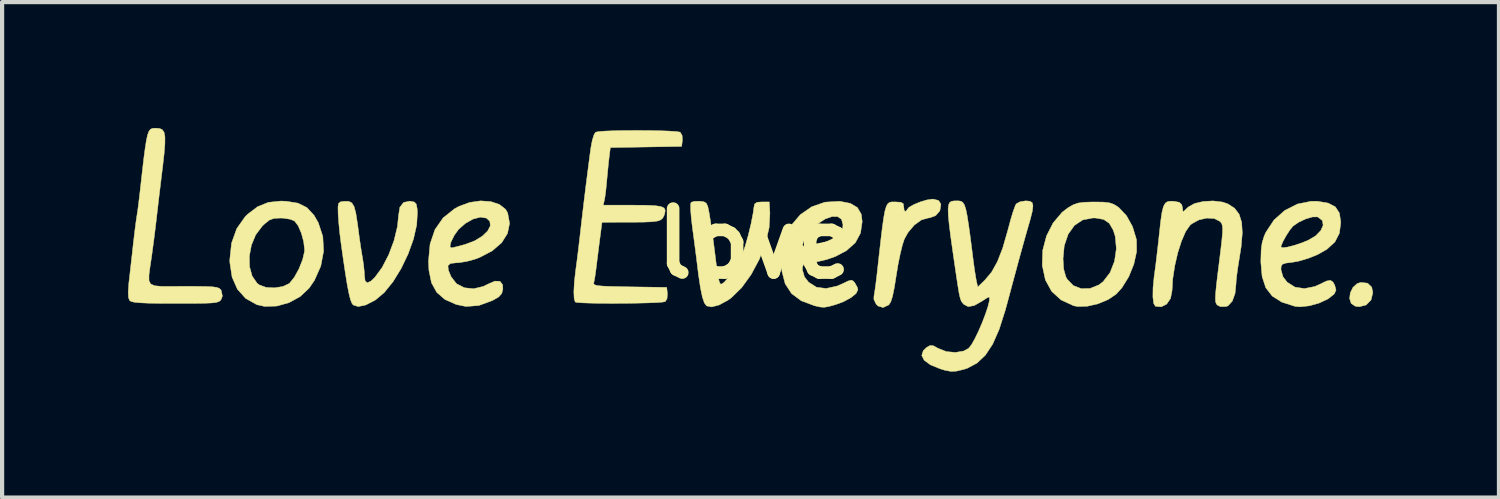
<source format=kicad_pcb>
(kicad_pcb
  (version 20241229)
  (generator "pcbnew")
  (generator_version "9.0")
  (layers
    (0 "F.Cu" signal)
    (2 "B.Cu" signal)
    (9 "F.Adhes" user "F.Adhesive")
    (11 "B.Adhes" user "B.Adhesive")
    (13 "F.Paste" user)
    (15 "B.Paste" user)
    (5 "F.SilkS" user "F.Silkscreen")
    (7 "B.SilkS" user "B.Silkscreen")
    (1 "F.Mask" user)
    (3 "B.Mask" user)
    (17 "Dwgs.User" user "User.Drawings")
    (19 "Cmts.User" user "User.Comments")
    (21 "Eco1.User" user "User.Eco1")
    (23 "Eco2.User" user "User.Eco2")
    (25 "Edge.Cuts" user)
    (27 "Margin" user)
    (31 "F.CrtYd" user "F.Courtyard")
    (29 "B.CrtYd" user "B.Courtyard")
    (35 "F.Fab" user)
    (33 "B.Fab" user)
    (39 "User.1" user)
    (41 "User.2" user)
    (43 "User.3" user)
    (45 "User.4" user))
  (footprint "love"
    (layer "F.Cu")
    (at 14.947 2.754)
    (property "Reference" "love" (at 0 0 0) (layer "F.SilkS") (effects (font (size 1.524 1.524) (thickness 0.3))))
    (attr through_hole)
    (fp_poly (pts (xy 14.586 0.943) (xy 14.684 1.037) (xy 14.711 1.167) (xy 14.668 1.343) (xy 14.553 1.461) (xy 14.389 1.504) (xy 14.291 1.491) (xy 14.195 1.425) (xy 14.158 1.309) (xy 14.174 1.173) (xy 14.237 1.044) (xy 14.338 0.952) (xy 14.423 0.925) (xy 14.586 0.943)) (stroke (width 0.01) (type solid)) (fill yes) (layer "F.SilkS"))
    (fp_poly (pts (xy 4.243 -1.059) (xy 4.364 -1.028) (xy 4.415 -0.951) (xy 4.42 -0.925) (xy 4.395 -0.781) (xy 4.295 -0.667) (xy 4.148 -0.612) (xy 4.119 -0.611) (xy 3.956 -0.565) (xy 3.787 -0.443) (xy 3.636 -0.264) (xy 3.55 -0.11) (xy 3.504 0.029) (xy 3.452 0.24) (xy 3.4 0.494) (xy 3.357 0.756) (xy 3.31 1.051) (xy 3.267 1.258) (xy 3.225 1.389) (xy 3.181 1.457) (xy 3.174 1.462) (xy 3.043 1.523) (xy 2.926 1.488) (xy 2.88 1.447) (xy 2.824 1.331) (xy 2.825 1.256) (xy 2.842 1.155) (xy 2.866 0.985) (xy 2.892 0.777) (xy 2.899 0.713) (xy 2.95 0.252) (xy 2.992 -0.117) (xy 3.027 -0.405) (xy 3.058 -0.622) (xy 3.087 -0.778) (xy 3.118 -0.883) (xy 3.152 -0.947) (xy 3.192 -0.98) (xy 3.241 -0.992) (xy 3.301 -0.993) (xy 3.338 -0.993) (xy 3.468 -0.985) (xy 3.524 -0.951) (xy 3.534 -0.878) (xy 3.546 -0.789) (xy 3.572 -0.764) (xy 3.614 -0.802) (xy 3.614 -0.809) (xy 3.659 -0.864) (xy 3.772 -0.929) (xy 3.922 -0.991) (xy 4.08 -1.039) (xy 4.213 -1.06) (xy 4.243 -1.059)) (stroke (width 0.01) (type solid)) (fill yes) (layer "F.SilkS"))
    (fp_poly (pts (xy -8.218 -1.01) (xy -8.127 -0.991) (xy -8.08 -0.943) (xy -8.059 -0.837) (xy -8.052 -0.75) (xy -8.069 -0.447) (xy -8.146 -0.107) (xy -8.274 0.248) (xy -8.44 0.594) (xy -8.633 0.908) (xy -8.843 1.167) (xy -9.055 1.345) (xy -9.283 1.462) (xy -9.463 1.5) (xy -9.582 1.462) (xy -9.615 1.417) (xy -9.649 1.329) (xy -9.684 1.187) (xy -9.724 0.981) (xy -9.769 0.702) (xy -9.823 0.34) (xy -9.874 -0.025) (xy -9.904 -0.265) (xy -9.927 -0.509) (xy -9.941 -0.706) (xy -9.941 -0.713) (xy -9.944 -0.873) (xy -9.931 -0.958) (xy -9.886 -0.994) (xy -9.797 -1.008) (xy -9.789 -1.008) (xy -9.688 -1.007) (xy -9.614 -0.969) (xy -9.56 -0.881) (xy -9.519 -0.726) (xy -9.482 -0.49) (xy -9.468 -0.388) (xy -9.436 -0.146) (xy -9.401 0.093) (xy -9.37 0.285) (xy -9.364 0.314) (xy -9.335 0.503) (xy -9.317 0.681) (xy -9.315 0.742) (xy -9.299 0.885) (xy -9.248 0.935) (xy -9.158 0.892) (xy -9.067 0.806) (xy -8.893 0.569) (xy -8.735 0.264) (xy -8.609 -0.073) (xy -8.527 -0.41) (xy -8.502 -0.665) (xy -8.471 -0.864) (xy -8.383 -0.98) (xy -8.238 -1.011) (xy -8.218 -1.01)) (stroke (width 0.01) (type solid)) (fill yes) (layer "F.SilkS"))
    (fp_poly (pts (xy -1.318 -1.009) (xy -1.225 -0.996) (xy -1.169 -0.962) (xy -1.133 -0.884) (xy -1.103 -0.738) (xy -1.09 -0.662) (xy -1.058 -0.458) (xy -1.02 -0.199) (xy -0.984 0.074) (xy -0.971 0.178) (xy -0.933 0.482) (xy -0.903 0.698) (xy -0.878 0.84) (xy -0.855 0.923) (xy -0.832 0.961) (xy -0.814 0.967) (xy -0.748 0.926) (xy -0.651 0.819) (xy -0.54 0.668) (xy -0.432 0.499) (xy -0.344 0.333) (xy -0.321 0.28) (xy -0.245 0.065) (xy -0.168 -0.203) (xy -0.101 -0.482) (xy -0.053 -0.73) (xy -0.039 -0.84) (xy -0.019 -0.943) (xy 0.04 -0.985) (xy 0.153 -0.993) (xy 0.331 -0.993) (xy 0.346 -0.724) (xy 0.327 -0.377) (xy 0.238 -0.002) (xy 0.092 0.377) (xy -0.099 0.734) (xy -0.325 1.047) (xy -0.572 1.289) (xy -0.655 1.349) (xy -0.865 1.462) (xy -1.04 1.508) (xy -1.162 1.484) (xy -1.215 1.414) (xy -1.263 1.273) (xy -1.309 1.05) (xy -1.356 0.738) (xy -1.372 0.605) (xy -1.402 0.363) (xy -1.44 0.067) (xy -1.48 -0.236) (xy -1.5 -0.38) (xy -1.527 -0.61) (xy -1.542 -0.802) (xy -1.543 -0.934) (xy -1.532 -0.982) (xy -1.456 -1.007) (xy -1.329 -1.01) (xy -1.318 -1.009)) (stroke (width 0.01) (type solid)) (fill yes) (layer "F.SilkS"))
    (fp_poly (pts (xy -11.178 -1.009) (xy -10.898 -0.964) (xy -10.685 -0.858) (xy -10.516 -0.676) (xy -10.414 -0.499) (xy -10.306 -0.172) (xy -10.287 0.179) (xy -10.354 0.535) (xy -10.505 0.875) (xy -10.633 1.062) (xy -10.846 1.262) (xy -11.112 1.407) (xy -11.403 1.488) (xy -11.691 1.497) (xy -11.878 1.455) (xy -12.143 1.307) (xy -12.341 1.086) (xy -12.468 0.798) (xy -12.521 0.449) (xy -12.522 0.384) (xy -12.513 0.296) (xy -12.056 0.296) (xy -12.051 0.549) (xy -11.99 0.772) (xy -11.873 0.942) (xy -11.816 0.986) (xy -11.656 1.043) (xy -11.456 1.054) (xy -11.258 1.022) (xy -11.107 0.951) (xy -11.097 0.942) (xy -10.983 0.8) (xy -10.874 0.601) (xy -10.788 0.384) (xy -10.743 0.193) (xy -10.74 0.149) (xy -10.762 -0.046) (xy -10.817 -0.249) (xy -10.894 -0.426) (xy -10.979 -0.538) (xy -10.982 -0.54) (xy -11.085 -0.581) (xy -11.242 -0.606) (xy -11.313 -0.609) (xy -11.467 -0.601) (xy -11.581 -0.56) (xy -11.697 -0.467) (xy -11.75 -0.415) (xy -11.905 -0.209) (xy -12.007 0.036) (xy -12.056 0.296) (xy -12.513 0.296) (xy -12.48 -0.013) (xy -12.356 -0.358) (xy -12.154 -0.644) (xy -12.096 -0.701) (xy -11.856 -0.882) (xy -11.602 -0.983) (xy -11.306 -1.014) (xy -11.178 -1.009)) (stroke (width 0.01) (type solid)) (fill yes) (layer "F.SilkS"))
    (fp_poly (pts (xy 8.286 -0.989) (xy 8.43 -0.973) (xy 8.535 -0.938) (xy 8.634 -0.877) (xy 8.663 -0.855) (xy 8.842 -0.665) (xy 8.985 -0.407) (xy 9.075 -0.112) (xy 9.081 -0.076) (xy 9.083 0.192) (xy 9.017 0.491) (xy 8.896 0.789) (xy 8.732 1.054) (xy 8.596 1.204) (xy 8.403 1.334) (xy 8.162 1.434) (xy 7.909 1.492) (xy 7.68 1.499) (xy 7.584 1.481) (xy 7.282 1.342) (xy 7.058 1.137) (xy 6.909 0.864) (xy 6.836 0.524) (xy 6.835 0.512) (xy 6.84 0.36) (xy 7.33 0.36) (xy 7.345 0.605) (xy 7.395 0.785) (xy 7.43 0.851) (xy 7.575 1) (xy 7.764 1.073) (xy 7.975 1.068) (xy 8.185 0.983) (xy 8.286 0.905) (xy 8.451 0.69) (xy 8.557 0.419) (xy 8.6 0.121) (xy 8.574 -0.172) (xy 8.526 -0.323) (xy 8.431 -0.485) (xy 8.298 -0.576) (xy 8.103 -0.61) (xy 8.041 -0.611) (xy 7.799 -0.565) (xy 7.601 -0.433) (xy 7.452 -0.224) (xy 7.359 0.051) (xy 7.33 0.36) (xy 6.84 0.36) (xy 6.846 0.16) (xy 6.936 -0.183) (xy 7.094 -0.493) (xy 7.309 -0.747) (xy 7.445 -0.851) (xy 7.569 -0.924) (xy 7.688 -0.966) (xy 7.835 -0.986) (xy 8.046 -0.992) (xy 8.072 -0.992) (xy 8.286 -0.989)) (stroke (width 0.01) (type solid)) (fill yes) (layer "F.SilkS"))
    (fp_poly (pts (xy -6.303 -1.001) (xy -6.098 -0.933) (xy -5.951 -0.817) (xy -5.902 -0.732) (xy -5.856 -0.482) (xy -5.906 -0.242) (xy -6.045 -0.021) (xy -6.269 0.172) (xy -6.571 0.33) (xy -6.69 0.374) (xy -6.88 0.425) (xy -7.07 0.455) (xy -7.135 0.458) (xy -7.267 0.473) (xy -7.325 0.526) (xy -7.314 0.633) (xy -7.25 0.789) (xy -7.12 0.956) (xy -6.933 1.052) (xy -6.712 1.075) (xy -6.479 1.019) (xy -6.38 0.969) (xy -6.207 0.894) (xy -6.085 0.898) (xy -6.022 0.979) (xy -6.016 1.083) (xy -6.043 1.189) (xy -6.115 1.27) (xy -6.257 1.352) (xy -6.265 1.356) (xy -6.589 1.475) (xy -6.895 1.498) (xy -7.126 1.451) (xy -7.398 1.33) (xy -7.592 1.161) (xy -7.717 0.933) (xy -7.778 0.635) (xy -7.788 0.416) (xy -7.756 0.071) (xy -7.277 0.071) (xy -7.244 0.102) (xy -7.18 0.089) (xy -7.049 0.056) (xy -6.911 0.018) (xy -6.687 -0.067) (xy -6.506 -0.178) (xy -6.378 -0.301) (xy -6.315 -0.424) (xy -6.327 -0.533) (xy -6.406 -0.607) (xy -6.55 -0.631) (xy -6.726 -0.585) (xy -6.908 -0.483) (xy -7.072 -0.339) (xy -7.172 -0.201) (xy -7.255 -0.032) (xy -7.277 0.071) (xy -7.756 0.071) (xy -7.75 0.008) (xy -7.634 -0.334) (xy -7.44 -0.613) (xy -7.166 -0.831) (xy -7.064 -0.887) (xy -6.808 -0.981) (xy -6.547 -1.018) (xy -6.303 -1.001)) (stroke (width 0.01) (type solid)) (fill yes) (layer "F.SilkS"))
    (fp_poly (pts (xy 2.01 -1.008) (xy 2.263 -0.959) (xy 2.431 -0.859) (xy 2.523 -0.7) (xy 2.545 -0.523) (xy 2.505 -0.25) (xy 2.382 -0.022) (xy 2.171 0.167) (xy 1.909 0.306) (xy 1.7 0.379) (xy 1.471 0.432) (xy 1.387 0.444) (xy 1.232 0.464) (xy 1.152 0.493) (xy 1.124 0.549) (xy 1.12 0.622) (xy 1.169 0.792) (xy 1.269 0.92) (xy 1.456 1.039) (xy 1.685 1.069) (xy 1.948 1.011) (xy 2.074 0.956) (xy 2.21 0.891) (xy 2.286 0.87) (xy 2.334 0.893) (xy 2.372 0.94) (xy 2.429 1.042) (xy 2.443 1.1) (xy 2.398 1.189) (xy 2.276 1.288) (xy 2.101 1.383) (xy 1.918 1.451) (xy 1.752 1.498) (xy 1.64 1.517) (xy 1.54 1.51) (xy 1.408 1.48) (xy 1.4 1.477) (xy 1.091 1.361) (xy 0.862 1.19) (xy 0.71 0.957) (xy 0.632 0.658) (xy 0.624 0.289) (xy 0.628 0.238) (xy 0.67 0.032) (xy 1.122 0.032) (xy 1.162 0.079) (xy 1.278 0.077) (xy 1.311 0.071) (xy 1.482 0.027) (xy 1.673 -0.039) (xy 1.721 -0.058) (xy 1.918 -0.156) (xy 2.032 -0.255) (xy 2.081 -0.374) (xy 2.087 -0.449) (xy 2.053 -0.579) (xy 1.961 -0.643) (xy 1.827 -0.645) (xy 1.666 -0.589) (xy 1.496 -0.479) (xy 1.33 -0.319) (xy 1.265 -0.236) (xy 1.156 -0.07) (xy 1.122 0.032) (xy 0.67 0.032) (xy 0.702 -0.122) (xy 0.854 -0.435) (xy 1.072 -0.691) (xy 1.345 -0.879) (xy 1.659 -0.988) (xy 2.005 -1.008) (xy 2.01 -1.008)) (stroke (width 0.01) (type solid)) (fill yes) (layer "F.SilkS"))
    (fp_poly (pts (xy 11.13 -0.99) (xy 11.258 -0.946) (xy 11.417 -0.843) (xy 11.525 -0.701) (xy 11.586 -0.507) (xy 11.601 -0.252) (xy 11.573 0.078) (xy 11.529 0.356) (xy 11.494 0.575) (xy 11.467 0.773) (xy 11.453 0.916) (xy 11.453 0.942) (xy 11.429 1.185) (xy 11.363 1.37) (xy 11.263 1.48) (xy 11.218 1.499) (xy 11.085 1.502) (xy 11.013 1.47) (xy 10.984 1.439) (xy 10.966 1.392) (xy 10.96 1.315) (xy 10.965 1.193) (xy 10.982 1.011) (xy 11.012 0.754) (xy 11.046 0.484) (xy 11.086 0.157) (xy 11.114 -0.084) (xy 11.129 -0.255) (xy 11.132 -0.369) (xy 11.122 -0.443) (xy 11.102 -0.491) (xy 11.07 -0.528) (xy 10.935 -0.598) (xy 10.755 -0.608) (xy 10.563 -0.564) (xy 10.392 -0.469) (xy 10.353 -0.434) (xy 10.25 -0.285) (xy 10.152 -0.059) (xy 10.063 0.22) (xy 9.992 0.528) (xy 9.944 0.84) (xy 9.927 1.123) (xy 9.891 1.307) (xy 9.799 1.441) (xy 9.669 1.507) (xy 9.531 1.493) (xy 9.49 1.425) (xy 9.471 1.273) (xy 9.474 1.052) (xy 9.501 0.779) (xy 9.514 0.687) (xy 9.538 0.51) (xy 9.567 0.266) (xy 9.599 -0.009) (xy 9.623 -0.229) (xy 9.656 -0.53) (xy 9.687 -0.744) (xy 9.723 -0.885) (xy 9.769 -0.967) (xy 9.831 -1.004) (xy 9.917 -1.011) (xy 9.967 -1.008) (xy 10.098 -0.985) (xy 10.157 -0.93) (xy 10.172 -0.873) (xy 10.189 -0.754) (xy 10.313 -0.871) (xy 10.462 -0.955) (xy 10.672 -1.004) (xy 10.906 -1.017) (xy 11.13 -0.99)) (stroke (width 0.01) (type solid)) (fill yes) (layer "F.SilkS"))
    (fp_poly (pts (xy 13.394 -1.008) (xy 13.648 -0.965) (xy 13.819 -0.875) (xy 13.915 -0.727) (xy 13.947 -0.513) (xy 13.947 -0.499) (xy 13.914 -0.246) (xy 13.807 -0.039) (xy 13.617 0.135) (xy 13.397 0.26) (xy 13.183 0.347) (xy 12.956 0.415) (xy 12.799 0.444) (xy 12.64 0.464) (xy 12.557 0.491) (xy 12.526 0.543) (xy 12.522 0.622) (xy 12.571 0.792) (xy 12.671 0.92) (xy 12.856 1.037) (xy 13.082 1.071) (xy 13.329 1.022) (xy 13.451 0.967) (xy 13.606 0.892) (xy 13.7 0.874) (xy 13.761 0.915) (xy 13.803 0.991) (xy 13.834 1.107) (xy 13.793 1.198) (xy 13.793 1.198) (xy 13.646 1.316) (xy 13.435 1.415) (xy 13.198 1.482) (xy 12.973 1.506) (xy 12.853 1.494) (xy 12.542 1.394) (xy 12.314 1.25) (xy 12.16 1.051) (xy 12.073 0.785) (xy 12.043 0.443) (xy 12.043 0.407) (xy 12.05 0.159) (xy 12.06 0.08) (xy 12.522 0.08) (xy 12.565 0.098) (xy 12.679 0.083) (xy 12.84 0.042) (xy 13.024 -0.02) (xy 13.165 -0.077) (xy 13.349 -0.185) (xy 13.471 -0.311) (xy 13.527 -0.437) (xy 13.509 -0.548) (xy 13.411 -0.628) (xy 13.386 -0.637) (xy 13.271 -0.635) (xy 13.111 -0.588) (xy 12.944 -0.51) (xy 12.811 -0.418) (xy 12.737 -0.329) (xy 12.651 -0.197) (xy 12.574 -0.059) (xy 12.527 0.051) (xy 12.522 0.08) (xy 12.06 0.08) (xy 12.074 -0.024) (xy 12.122 -0.179) (xy 12.161 -0.267) (xy 12.355 -0.561) (xy 12.612 -0.79) (xy 12.915 -0.943) (xy 13.244 -1.009) (xy 13.394 -1.008)) (stroke (width 0.01) (type solid)) (fill yes) (layer "F.SilkS"))
    (fp_poly (pts (xy -14.191 -2.742) (xy -14.128 -2.713) (xy -14.087 -2.65) (xy -14.067 -2.542) (xy -14.068 -2.376) (xy -14.087 -2.139) (xy -14.123 -1.821) (xy -14.15 -1.603) (xy -14.176 -1.387) (xy -14.209 -1.116) (xy -14.241 -0.838) (xy -14.253 -0.738) (xy -14.287 -0.444) (xy -14.329 -0.109) (xy -14.371 0.207) (xy -14.383 0.294) (xy -14.423 0.56) (xy -14.448 0.752) (xy -14.447 0.883) (xy -14.406 0.963) (xy -14.312 1.004) (xy -14.155 1.019) (xy -13.92 1.02) (xy -13.618 1.018) (xy -13.307 1.019) (xy -13.082 1.022) (xy -12.929 1.03) (xy -12.831 1.044) (xy -12.772 1.066) (xy -12.739 1.097) (xy -12.725 1.12) (xy -12.699 1.25) (xy -12.725 1.323) (xy -12.749 1.358) (xy -12.786 1.383) (xy -12.852 1.402) (xy -12.958 1.414) (xy -13.12 1.421) (xy -13.351 1.424) (xy -13.665 1.425) (xy -13.815 1.425) (xy -14.183 1.424) (xy -14.461 1.419) (xy -14.661 1.41) (xy -14.795 1.397) (xy -14.874 1.378) (xy -14.909 1.355) (xy -14.936 1.285) (xy -14.942 1.154) (xy -14.928 0.947) (xy -14.915 0.833) (xy -14.883 0.552) (xy -14.847 0.235) (xy -14.815 -0.054) (xy -14.812 -0.076) (xy -14.786 -0.297) (xy -14.761 -0.493) (xy -14.741 -0.631) (xy -14.736 -0.662) (xy -14.719 -0.769) (xy -14.696 -0.946) (xy -14.67 -1.161) (xy -14.66 -1.247) (xy -14.612 -1.676) (xy -14.573 -2.014) (xy -14.539 -2.272) (xy -14.509 -2.462) (xy -14.48 -2.593) (xy -14.449 -2.676) (xy -14.413 -2.723) (xy -14.369 -2.744) (xy -14.315 -2.749) (xy -14.278 -2.749) (xy -14.191 -2.742)) (stroke (width 0.01) (type solid)) (fill yes) (layer "F.SilkS"))
    (fp_poly (pts (xy -2.542 -2.694) (xy -2.278 -2.689) (xy -2.052 -2.681) (xy -1.885 -2.67) (xy -1.796 -2.656) (xy -1.79 -2.653) (xy -1.745 -2.574) (xy -1.739 -2.463) (xy -1.756 -2.316) (xy -2.606 -2.302) (xy -3.455 -2.288) (xy -3.482 -2.073) (xy -3.501 -1.907) (xy -3.522 -1.69) (xy -3.54 -1.502) (xy -3.559 -1.304) (xy -3.58 -1.134) (xy -3.598 -1.031) (xy -3.625 -0.916) (xy -2.912 -0.916) (xy -2.606 -0.914) (xy -2.389 -0.904) (xy -2.249 -0.883) (xy -2.172 -0.846) (xy -2.148 -0.79) (xy -2.162 -0.709) (xy -2.174 -0.674) (xy -2.205 -0.611) (xy -2.254 -0.566) (xy -2.337 -0.537) (xy -2.472 -0.52) (xy -2.674 -0.512) (xy -2.96 -0.51) (xy -2.985 -0.51) (xy -3.654 -0.509) (xy -3.712 -0.064) (xy -3.742 0.172) (xy -3.771 0.4) (xy -3.793 0.579) (xy -3.797 0.611) (xy -3.819 0.771) (xy -3.842 0.899) (xy -3.849 0.928) (xy -3.851 0.96) (xy -3.826 0.983) (xy -3.761 1) (xy -3.642 1.012) (xy -3.456 1.02) (xy -3.19 1.026) (xy -2.994 1.03) (xy -2.112 1.043) (xy -2.096 1.191) (xy -2.105 1.314) (xy -2.147 1.381) (xy -2.216 1.394) (xy -2.366 1.405) (xy -2.58 1.413) (xy -2.837 1.419) (xy -3.119 1.423) (xy -3.408 1.424) (xy -3.685 1.423) (xy -3.93 1.418) (xy -4.126 1.411) (xy -4.253 1.401) (xy -4.293 1.391) (xy -4.318 1.309) (xy -4.325 1.145) (xy -4.313 0.916) (xy -4.282 0.641) (xy -4.279 0.621) (xy -4.251 0.412) (xy -4.218 0.148) (xy -4.186 -0.127) (xy -4.174 -0.229) (xy -4.134 -0.58) (xy -4.087 -0.976) (xy -4.037 -1.384) (xy -3.987 -1.774) (xy -3.943 -2.114) (xy -3.919 -2.286) (xy -3.886 -2.461) (xy -3.844 -2.595) (xy -3.807 -2.654) (xy -3.734 -2.669) (xy -3.579 -2.681) (xy -3.362 -2.689) (xy -3.104 -2.694) (xy -2.824 -2.695) (xy -2.542 -2.694)) (stroke (width 0.01) (type solid)) (fill yes) (layer "F.SilkS"))
    (fp_poly (pts (xy 6.539 -1.01) (xy 6.595 -0.977) (xy 6.614 -0.902) (xy 6.598 -0.771) (xy 6.547 -0.569) (xy 6.495 -0.389) (xy 6.434 -0.176) (xy 6.357 0.1) (xy 6.273 0.404) (xy 6.193 0.701) (xy 6.19 0.713) (xy 6.117 0.982) (xy 6.05 1.235) (xy 5.993 1.444) (xy 5.954 1.586) (xy 5.949 1.603) (xy 5.808 2.045) (xy 5.654 2.394) (xy 5.48 2.658) (xy 5.28 2.847) (xy 5.048 2.97) (xy 4.963 2.997) (xy 4.793 3.038) (xy 4.662 3.045) (xy 4.518 3.018) (xy 4.403 2.983) (xy 4.17 2.888) (xy 4.022 2.779) (xy 3.964 2.664) (xy 4.001 2.548) (xy 4.081 2.473) (xy 4.164 2.427) (xy 4.241 2.434) (xy 4.355 2.496) (xy 4.548 2.572) (xy 4.764 2.593) (xy 4.964 2.559) (xy 5.079 2.496) (xy 5.147 2.411) (xy 5.229 2.267) (xy 5.318 2.083) (xy 5.405 1.88) (xy 5.482 1.678) (xy 5.542 1.498) (xy 5.576 1.359) (xy 5.577 1.282) (xy 5.563 1.273) (xy 5.509 1.299) (xy 5.41 1.363) (xy 5.403 1.368) (xy 5.214 1.476) (xy 5.071 1.501) (xy 4.968 1.449) (xy 4.931 1.409) (xy 4.902 1.362) (xy 4.878 1.291) (xy 4.853 1.18) (xy 4.825 1.011) (xy 4.788 0.767) (xy 4.765 0.611) (xy 4.7 0.163) (xy 4.65 -0.194) (xy 4.616 -0.47) (xy 4.596 -0.677) (xy 4.592 -0.824) (xy 4.603 -0.921) (xy 4.629 -0.979) (xy 4.671 -1.007) (xy 4.729 -1.017) (xy 4.777 -1.018) (xy 4.845 -1.018) (xy 4.899 -1.009) (xy 4.943 -0.981) (xy 4.98 -0.923) (xy 5.013 -0.824) (xy 5.044 -0.673) (xy 5.078 -0.46) (xy 5.118 -0.173) (xy 5.166 0.198) (xy 5.195 0.433) (xy 5.223 0.631) (xy 5.25 0.804) (xy 5.27 0.911) (xy 5.299 1.033) (xy 5.472 0.865) (xy 5.63 0.676) (xy 5.768 0.427) (xy 5.893 0.105) (xy 6.011 -0.304) (xy 6.023 -0.349) (xy 6.083 -0.573) (xy 6.141 -0.765) (xy 6.19 -0.899) (xy 6.214 -0.947) (xy 6.303 -0.996) (xy 6.437 -1.018) (xy 6.445 -1.018) (xy 6.539 -1.01)) (stroke (width 0.01) (type solid)) (fill yes) (layer "F.SilkS")))
  (gr_rect
    (start -3 -3)
    (end 32.663 8.804)
    (stroke (width 0.1) (type default))
    (fill no)
    (layer "Edge.Cuts")))
</source>
